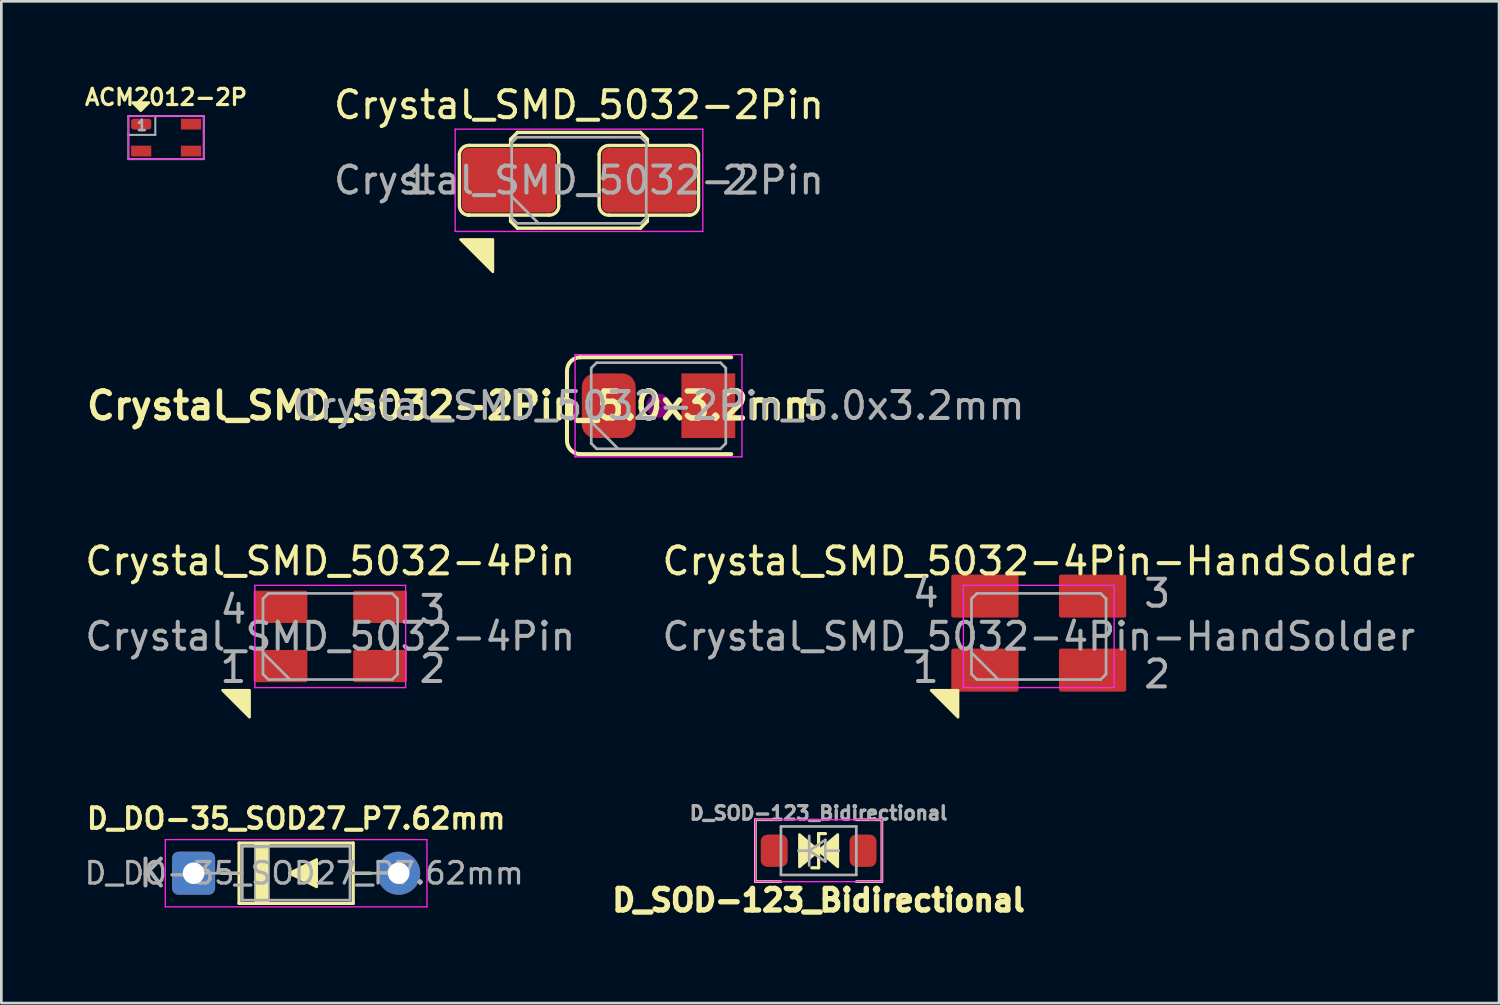
<source format=kicad_pcb>
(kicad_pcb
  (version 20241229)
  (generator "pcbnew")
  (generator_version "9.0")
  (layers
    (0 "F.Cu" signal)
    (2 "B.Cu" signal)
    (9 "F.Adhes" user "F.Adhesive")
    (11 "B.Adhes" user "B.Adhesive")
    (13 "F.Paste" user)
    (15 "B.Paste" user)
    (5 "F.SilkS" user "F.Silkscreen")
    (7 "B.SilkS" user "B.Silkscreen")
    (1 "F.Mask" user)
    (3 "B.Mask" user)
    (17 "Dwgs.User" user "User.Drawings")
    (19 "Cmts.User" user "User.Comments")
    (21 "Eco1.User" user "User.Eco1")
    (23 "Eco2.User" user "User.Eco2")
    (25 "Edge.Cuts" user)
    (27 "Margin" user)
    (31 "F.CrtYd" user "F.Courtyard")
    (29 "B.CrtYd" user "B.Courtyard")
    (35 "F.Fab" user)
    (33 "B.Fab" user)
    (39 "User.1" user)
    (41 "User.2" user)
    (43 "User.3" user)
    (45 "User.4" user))
  (footprint "ACM2012-2P"
    (layer "F.Cu")
    (at 3.12 2.062)
    (property "Reference" "ACM2012-2P" (at 0 -1.5 0) (layer "F.SilkS") (effects (font (size 0.6 0.6) (thickness 0.12))))
    (attr through_hole)
    (fp_poly (pts (xy -0.94 -1) (xy -1.24 -1.3) (xy -0.64 -1.3)) (stroke (width 0.1) (type solid)) (fill yes) (layer "F.SilkS"))
    (fp_line (start -1.4 -0.8) (end 1.4 -0.8) (stroke (width 0.05) (type solid)) (layer "F.CrtYd"))
    (fp_line (start -1.4 0.8) (end -1.4 -0.8) (stroke (width 0.05) (type solid)) (layer "F.CrtYd"))
    (fp_line (start 1.4 -0.8) (end 1.4 0.8) (stroke (width 0.05) (type solid)) (layer "F.CrtYd"))
    (fp_line (start 1.4 0.8) (end -1.4 0.8) (stroke (width 0.05) (type solid)) (layer "F.CrtYd"))
    (fp_line (start -1.4 -0.8) (end 1.4 -0.8) (stroke (width 0.076) (type solid)) (layer "F.Fab"))
    (fp_line (start -1.4 -0.1) (end -0.4 -0.1) (stroke (width 0.076) (type solid)) (layer "F.Fab"))
    (fp_line (start -1.4 0.8) (end -1.4 -0.8) (stroke (width 0.076) (type solid)) (layer "F.Fab"))
    (fp_line (start -0.4 -0.8) (end -0.4 -0.1) (stroke (width 0.076) (type solid)) (layer "F.Fab"))
    (fp_line (start 1.4 -0.8) (end 1.4 0.8) (stroke (width 0.076) (type solid)) (layer "F.Fab"))
    (fp_line (start 1.4 0.8) (end -1.4 0.8) (stroke (width 0.076) (type solid)) (layer "F.Fab"))
    (fp_text user "1" (at -0.9 -0.45 0) (layer "F.Fab") (effects (font (size 0.381 0.381) (thickness 0.095))))
    (pad "1" smd roundrect (at -0.925 -0.5) (size 0.75 0.4) (layers "F.Cu" "F.Mask" "F.Paste") (roundrect_rratio 0.25))
    (pad "2" smd rect (at -0.925 0.5) (size 0.75 0.4) (layers "F.Cu" "F.Mask" "F.Paste"))
    (pad "3" smd rect (at 0.925 0.5) (size 0.75 0.4) (layers "F.Cu" "F.Mask" "F.Paste"))
    (pad "4" smd rect (at 0.925 -0.5) (size 0.75 0.4) (layers "F.Cu" "F.Mask" "F.Paste")))
  (footprint "Crystal_SMD_5032-2Pin"
    (layer "F.Cu")
    (at 18.46 3.648)
    (property "Reference" "Crystal_SMD_5032-2Pin" (at 0 -2.8 0) (layer "F.SilkS") (effects (font (size 1 1) (thickness 0.15))))
    (attr smd)
    (fp_line (start -4.441 -0.969) (end -4.441 0.94) (stroke (width 0.127) (type solid)) (layer "F.SilkS"))
    (fp_line (start -4.124 1.292) (end -1.127 1.292) (stroke (width 0.127) (type solid)) (layer "F.SilkS"))
    (fp_line (start -4.064 -1.295) (end -1.067 -1.295) (stroke (width 0.127) (type solid)) (layer "F.SilkS"))
    (fp_line (start -2.54 -1.524) (end -2.286 -1.778) (stroke (width 0.127) (type solid)) (layer "F.SilkS"))
    (fp_line (start -2.54 -1.292) (end -2.54 -1.524) (stroke (width 0.127) (type solid)) (layer "F.SilkS"))
    (fp_line (start -2.54 1.292) (end -2.54 1.524) (stroke (width 0.127) (type solid)) (layer "F.SilkS"))
    (fp_line (start -2.54 1.524) (end -2.286 1.778) (stroke (width 0.127) (type solid)) (layer "F.SilkS"))
    (fp_line (start -2.286 -1.778) (end 2.286 -1.778) (stroke (width 0.127) (type solid)) (layer "F.SilkS"))
    (fp_line (start -2.286 1.778) (end 2.286 1.778) (stroke (width 0.127) (type solid)) (layer "F.SilkS"))
    (fp_line (start -0.753 -0.969) (end -0.753 0.94) (stroke (width 0.127) (type solid)) (layer "F.SilkS"))
    (fp_line (start 0.749 -0.965) (end 0.749 0.943) (stroke (width 0.127) (type solid)) (layer "F.SilkS"))
    (fp_line (start 1.127 -1.292) (end 4.124 -1.292) (stroke (width 0.127) (type solid)) (layer "F.SilkS"))
    (fp_line (start 1.13 1.295) (end 4.128 1.295) (stroke (width 0.127) (type solid)) (layer "F.SilkS"))
    (fp_line (start 2.286 -1.778) (end 2.54 -1.524) (stroke (width 0.127) (type solid)) (layer "F.SilkS"))
    (fp_line (start 2.286 1.778) (end 2.54 1.524) (stroke (width 0.127) (type solid)) (layer "F.SilkS"))
    (fp_line (start 2.54 -1.524) (end 2.54 -1.292) (stroke (width 0.127) (type solid)) (layer "F.SilkS"))
    (fp_line (start 2.54 1.524) (end 2.54 1.292) (stroke (width 0.127) (type solid)) (layer "F.SilkS"))
    (fp_line (start 4.441 -0.969) (end 4.441 0.94) (stroke (width 0.127) (type solid)) (layer "F.SilkS"))
    (fp_arc (start -4.44139 -0.96881) (mid -4.320334 -1.210265) (end -4.064 -1.2954) (stroke (width 0.127) (type solid)) (layer "F.SilkS"))
    (fp_arc (start -4.064 1.2954) (mid -4.320334 1.210265) (end -4.44139 0.96881) (stroke (width 0.127) (type solid)) (layer "F.SilkS"))
    (fp_arc (start -1.1303 -1.2954) (mid -0.873966 -1.210265) (end -0.75291 -0.96881) (stroke (width 0.127) (type solid)) (layer "F.SilkS"))
    (fp_arc (start -0.7493 0.9652) (mid -0.870356 1.206655) (end -1.12669 1.29179) (stroke (width 0.127) (type solid)) (layer "F.SilkS"))
    (fp_arc (start 0.7493 -0.9652) (mid 0.870356 -1.206655) (end 1.12669 -1.29179) (stroke (width 0.127) (type solid)) (layer "F.SilkS"))
    (fp_arc (start 1.1303 1.2954) (mid 0.873966 1.210265) (end 0.75291 0.96881) (stroke (width 0.127) (type solid)) (layer "F.SilkS"))
    (fp_arc (start 4.064 -1.2954) (mid 4.320334 -1.210265) (end 4.44139 -0.96881) (stroke (width 0.127) (type solid)) (layer "F.SilkS"))
    (fp_arc (start 4.44139 0.96881) (mid 4.320334 1.210265) (end 4.064 1.2954) (stroke (width 0.127) (type solid)) (layer "F.SilkS"))
    (fp_poly (pts (xy -4.4 2.2) (xy -3.2 2.2) (xy -3.2 3.4)) (stroke (width 0.1) (type solid)) (fill yes) (layer "F.SilkS"))
    (fp_line (start -4.6 -1.9) (end -4.6 1.9) (stroke (width 0.05) (type solid)) (layer "F.CrtYd"))
    (fp_line (start -4.6 1.9) (end 4.6 1.9) (stroke (width 0.05) (type solid)) (layer "F.CrtYd"))
    (fp_line (start 4.6 -1.9) (end -4.6 -1.9) (stroke (width 0.05) (type solid)) (layer "F.CrtYd"))
    (fp_line (start 4.6 1.9) (end 4.6 -1.9) (stroke (width 0.05) (type solid)) (layer "F.CrtYd"))
    (fp_line (start -2.5 -1.4) (end -2.3 -1.6) (stroke (width 0.1) (type solid)) (layer "F.Fab"))
    (fp_line (start -2.5 0.6) (end -1.5 1.6) (stroke (width 0.1) (type solid)) (layer "F.Fab"))
    (fp_line (start -2.5 1.4) (end -2.5 -1.4) (stroke (width 0.1) (type solid)) (layer "F.Fab"))
    (fp_line (start -2.3 -1.6) (end 2.3 -1.6) (stroke (width 0.1) (type solid)) (layer "F.Fab"))
    (fp_line (start -2.3 1.6) (end -2.5 1.4) (stroke (width 0.1) (type solid)) (layer "F.Fab"))
    (fp_line (start 2.3 -1.6) (end 2.5 -1.4) (stroke (width 0.1) (type solid)) (layer "F.Fab"))
    (fp_line (start 2.3 1.6) (end -2.3 1.6) (stroke (width 0.1) (type solid)) (layer "F.Fab"))
    (fp_line (start 2.5 -1.4) (end 2.5 1.4) (stroke (width 0.1) (type solid)) (layer "F.Fab"))
    (fp_line (start 2.5 1.4) (end 2.3 1.6) (stroke (width 0.1) (type solid)) (layer "F.Fab"))
    (fp_text user "2" (at 5.8 0 0) (layer "F.Fab") (effects (font (size 1 1) (thickness 0.15))))
    (fp_text user "${REFERENCE}" (at 0 0 0) (layer "F.Fab") (effects (font (size 1 1) (thickness 0.15))))
    (fp_text user "1" (at -6 0 0) (layer "F.Fab") (effects (font (size 1 1) (thickness 0.15))))
    (pad "1" smd roundrect (at -2.6 0) (size 3.5 2.4) (layers "F.Cu" "F.Mask" "F.Paste") (roundrect_rratio 0.1))
    (pad "2" smd roundrect (at 2.6 0) (size 3.5 2.4) (layers "F.Cu" "F.Mask" "F.Paste") (roundrect_rratio 0.1)))
  (footprint "D_SOD-123_Bidirectional"
    (layer "F.Cu")
    (at 27.363 28.555)
    (property "Reference" "D_SOD-123_Bidirectional" (at 0 1.842 180) (layer "F.SilkS") (effects (font (size 0.8 0.8) (thickness 0.2))))
    (attr smd)
    (fp_line (start -2.35 -1.15) (end -1.4 -1.15) (stroke (width 0.102) (type solid)) (layer "F.SilkS"))
    (fp_line (start -2.35 1.15) (end -2.35 -1.15) (stroke (width 0.102) (type solid)) (layer "F.SilkS"))
    (fp_line (start -2.35 1.15) (end -1.4 1.15) (stroke (width 0.102) (type solid)) (layer "F.SilkS"))
    (fp_line (start 0 -0.635) (end 0.254 -0.635) (stroke (width 0.12) (type solid)) (layer "F.SilkS"))
    (fp_line (start 0 0.635) (end -0.254 0.635) (stroke (width 0.12) (type solid)) (layer "F.SilkS"))
    (fp_line (start 0 0.635) (end 0 -0.635) (stroke (width 0.12) (type solid)) (layer "F.SilkS"))
    (fp_line (start 2.35 -1.15) (end 1.4 -1.15) (stroke (width 0.102) (type solid)) (layer "F.SilkS"))
    (fp_line (start 2.35 -1.15) (end 2.35 1.15) (stroke (width 0.102) (type solid)) (layer "F.SilkS"))
    (fp_line (start 2.35 1.15) (end 1.4 1.15) (stroke (width 0.102) (type solid)) (layer "F.SilkS"))
    (fp_poly (pts (xy 0 0) (xy -0.711 0.6) (xy -0.711 -0.6)) (stroke (width 0.1) (type solid)) (fill yes) (layer "F.SilkS"))
    (fp_poly (pts (xy 0 0) (xy 0.711 -0.6) (xy 0.711 0.6)) (stroke (width 0.1) (type solid)) (fill yes) (layer "F.SilkS"))
    (fp_line (start -2.35 -1.15) (end -2.35 1.15) (stroke (width 0.05) (type solid)) (layer "F.CrtYd"))
    (fp_line (start -2.35 -1.15) (end 2.35 -1.15) (stroke (width 0.05) (type solid)) (layer "F.CrtYd"))
    (fp_line (start 2.35 -1.15) (end 2.35 1.15) (stroke (width 0.05) (type solid)) (layer "F.CrtYd"))
    (fp_line (start 2.35 1.15) (end -2.35 1.15) (stroke (width 0.05) (type solid)) (layer "F.CrtYd"))
    (fp_line (start -1.4 -0.9) (end 1.4 -0.9) (stroke (width 0.1) (type solid)) (layer "F.Fab"))
    (fp_line (start -1.4 0.9) (end -1.4 -0.9) (stroke (width 0.1) (type solid)) (layer "F.Fab"))
    (fp_line (start -0.75 0) (end -0.35 0) (stroke (width 0.1) (type solid)) (layer "F.Fab"))
    (fp_line (start -0.35 0) (end -0.35 -0.55) (stroke (width 0.1) (type solid)) (layer "F.Fab"))
    (fp_line (start -0.35 0) (end -0.35 0.55) (stroke (width 0.1) (type solid)) (layer "F.Fab"))
    (fp_line (start -0.35 0) (end 0.25 -0.4) (stroke (width 0.1) (type solid)) (layer "F.Fab"))
    (fp_line (start 0.25 -0.4) (end 0.25 0.4) (stroke (width 0.1) (type solid)) (layer "F.Fab"))
    (fp_line (start 0.25 0) (end 0.75 0) (stroke (width 0.1) (type solid)) (layer "F.Fab"))
    (fp_line (start 0.25 0.4) (end -0.35 0) (stroke (width 0.1) (type solid)) (layer "F.Fab"))
    (fp_line (start 1.4 -0.9) (end 1.4 0.9) (stroke (width 0.1) (type solid)) (layer "F.Fab"))
    (fp_line (start 1.4 0.9) (end -1.4 0.9) (stroke (width 0.1) (type solid)) (layer "F.Fab"))
    (fp_text user "${REFERENCE}" (at 0 -1.397 0) (layer "F.Fab") (effects (font (size 0.5 0.5) (thickness 0.125))))
    (pad "1" smd roundrect (at -1.65 0) (size 1 1.2) (layers "F.Cu" "F.Mask" "F.Paste") (roundrect_rratio 0.25))
    (pad "2" smd roundrect (at 1.65 0) (size 1 1.2) (layers "F.Cu" "F.Mask" "F.Paste") (roundrect_rratio 0.25)))
  (footprint "Crystal_SMD_5032-4Pin-HandSolder"
    (layer "F.Cu")
    (at 35.542 20.596)
    (property "Reference" "Crystal_SMD_5032-4Pin-HandSolder" (at 0 -2.8 0) (layer "F.SilkS") (effects (font (size 1 1) (thickness 0.15))))
    (attr smd)
    (fp_poly (pts (xy -4 2) (xy -3 2) (xy -3 3)) (stroke (width 0.1) (type solid)) (fill yes) (layer "F.SilkS"))
    (fp_line (start -2.8 -1.9) (end -2.8 1.9) (stroke (width 0.05) (type solid)) (layer "F.CrtYd"))
    (fp_line (start -2.8 1.9) (end 2.8 1.9) (stroke (width 0.05) (type solid)) (layer "F.CrtYd"))
    (fp_line (start 2.8 -1.9) (end -2.8 -1.9) (stroke (width 0.05) (type solid)) (layer "F.CrtYd"))
    (fp_line (start 2.8 1.9) (end 2.8 -1.9) (stroke (width 0.05) (type solid)) (layer "F.CrtYd"))
    (fp_line (start -2.5 -1.4) (end -2.3 -1.6) (stroke (width 0.1) (type solid)) (layer "F.Fab"))
    (fp_line (start -2.5 0.6) (end -1.5 1.6) (stroke (width 0.1) (type solid)) (layer "F.Fab"))
    (fp_line (start -2.5 1.4) (end -2.5 -1.4) (stroke (width 0.1) (type solid)) (layer "F.Fab"))
    (fp_line (start -2.3 -1.6) (end 2.3 -1.6) (stroke (width 0.1) (type solid)) (layer "F.Fab"))
    (fp_line (start -2.3 1.6) (end -2.5 1.4) (stroke (width 0.1) (type solid)) (layer "F.Fab"))
    (fp_line (start 2.3 -1.6) (end 2.5 -1.4) (stroke (width 0.1) (type solid)) (layer "F.Fab"))
    (fp_line (start 2.3 1.6) (end -2.3 1.6) (stroke (width 0.1) (type solid)) (layer "F.Fab"))
    (fp_line (start 2.5 -1.4) (end 2.5 1.4) (stroke (width 0.1) (type solid)) (layer "F.Fab"))
    (fp_line (start 2.5 1.4) (end 2.3 1.6) (stroke (width 0.1) (type solid)) (layer "F.Fab"))
    (fp_text user "${REFERENCE}" (at 0 0 0) (layer "F.Fab") (effects (font (size 1 1) (thickness 0.15))))
    (fp_text user "4" (at -4.2 -1.6 0) (layer "F.Fab") (effects (font (size 1 1) (thickness 0.15))))
    (fp_text user "3" (at 4.4 -1.6 0) (layer "F.Fab") (effects (font (size 1 1) (thickness 0.15))))
    (fp_text user "1" (at -4.2 1.2 0) (layer "F.Fab") (effects (font (size 1 1) (thickness 0.15))))
    (fp_text user "2" (at 4.4 1.4 0) (layer "F.Fab") (effects (font (size 1 1) (thickness 0.15))))
    (pad "1" smd roundrect (at -2 1.25) (size 2.5 1.6) (layers "F.Cu" "F.Mask" "F.Paste") (roundrect_rratio 0.05))
    (pad "2" smd roundrect (at 2 1.25) (size 2.5 1.6) (layers "F.Cu" "F.Mask" "F.Paste") (roundrect_rratio 0.05))
    (pad "3" smd roundrect (at 2 -1.5) (size 2.5 1.6) (layers "F.Cu" "F.Mask" "F.Paste") (roundrect_rratio 0.05))
    (pad "4" smd roundrect (at -2 -1.5) (size 2.5 1.6) (layers "F.Cu" "F.Mask" "F.Paste") (roundrect_rratio 0.05)))
  (footprint "Crystal_SMD_5032-2Pin_5.0x3.2mm"
    (layer "F.Cu")
    (at 21.415 12.023)
    (property "Reference" "Crystal_SMD_5032-2Pin_5.0x3.2mm" (at -7.62 0 0) (layer "F.SilkS") (effects (font (size 1 1) (thickness 0.2))))
    (attr smd)
    (fp_line (start -3.4 -1.3) (end -3.4 1.3) (stroke (width 0.15) (type solid)) (layer "F.SilkS"))
    (fp_line (start -2.9 1.8) (end 2.7 1.8) (stroke (width 0.15) (type solid)) (layer "F.SilkS"))
    (fp_line (start 2.7 -1.8) (end -2.9 -1.8) (stroke (width 0.15) (type solid)) (layer "F.SilkS"))
    (fp_arc (start -3.4 -1.3) (mid -3.253553 -1.653553) (end -2.9 -1.8) (stroke (width 0.15) (type solid)) (layer "F.SilkS"))
    (fp_arc (start -2.9 1.8) (mid -3.253553 1.653553) (end -3.4 1.3) (stroke (width 0.15) (type solid)) (layer "F.SilkS"))
    (fp_circle (center 0 0) (end 0.093 0) (stroke (width 0.187) (type solid)) (fill no) (layer "F.Adhes"))
    (fp_circle (center 0 0) (end 0.213 0) (stroke (width 0.133) (type solid)) (fill no) (layer "F.Adhes"))
    (fp_circle (center 0 0) (end 0.333 0) (stroke (width 0.133) (type solid)) (fill no) (layer "F.Adhes"))
    (fp_circle (center 0 0) (end 0.4 0) (stroke (width 0.1) (type solid)) (fill no) (layer "F.Adhes"))
    (fp_line (start -3.1 -1.9) (end -3.1 1.9) (stroke (width 0.05) (type solid)) (layer "F.CrtYd"))
    (fp_line (start -3.1 1.9) (end 3.1 1.9) (stroke (width 0.05) (type solid)) (layer "F.CrtYd"))
    (fp_line (start 3.1 -1.9) (end -3.1 -1.9) (stroke (width 0.05) (type solid)) (layer "F.CrtYd"))
    (fp_line (start 3.1 1.9) (end 3.1 -1.9) (stroke (width 0.05) (type solid)) (layer "F.CrtYd"))
    (fp_line (start -2.5 -1.4) (end -2.3 -1.6) (stroke (width 0.1) (type solid)) (layer "F.Fab"))
    (fp_line (start -2.5 0.6) (end -1.5 1.6) (stroke (width 0.1) (type solid)) (layer "F.Fab"))
    (fp_line (start -2.5 1.4) (end -2.5 -1.4) (stroke (width 0.1) (type solid)) (layer "F.Fab"))
    (fp_line (start -2.3 -1.6) (end 2.3 -1.6) (stroke (width 0.1) (type solid)) (layer "F.Fab"))
    (fp_line (start -2.3 1.6) (end -2.5 1.4) (stroke (width 0.1) (type solid)) (layer "F.Fab"))
    (fp_line (start 2.3 -1.6) (end 2.5 -1.4) (stroke (width 0.1) (type solid)) (layer "F.Fab"))
    (fp_line (start 2.3 1.6) (end -2.3 1.6) (stroke (width 0.1) (type solid)) (layer "F.Fab"))
    (fp_line (start 2.5 -1.4) (end 2.5 1.4) (stroke (width 0.1) (type solid)) (layer "F.Fab"))
    (fp_line (start 2.5 1.4) (end 2.3 1.6) (stroke (width 0.1) (type solid)) (layer "F.Fab"))
    (fp_text user "${REFERENCE}" (at 0 0 0) (layer "F.Fab") (effects (font (size 1 1) (thickness 0.15))))
    (pad "1" smd roundrect (at -1.85 0) (size 2 2.4) (layers "F.Cu" "F.Mask" "F.Paste") (roundrect_rratio 0.25))
    (pad "2" smd rect (at 1.85 0) (size 2 2.4) (layers "F.Cu" "F.Mask" "F.Paste")))
  (footprint "Crystal_SMD_5032-4Pin"
    (layer "F.Cu")
    (at 9.22 20.596)
    (property "Reference" "Crystal_SMD_5032-4Pin" (at 0 -2.8 0) (layer "F.SilkS") (effects (font (size 1 1) (thickness 0.15))))
    (attr smd)
    (fp_poly (pts (xy -4 2) (xy -3 2) (xy -3 3)) (stroke (width 0.1) (type solid)) (fill yes) (layer "F.SilkS"))
    (fp_line (start -2.8 -1.9) (end -2.8 1.9) (stroke (width 0.05) (type solid)) (layer "F.CrtYd"))
    (fp_line (start -2.8 1.9) (end 2.8 1.9) (stroke (width 0.05) (type solid)) (layer "F.CrtYd"))
    (fp_line (start 2.8 -1.9) (end -2.8 -1.9) (stroke (width 0.05) (type solid)) (layer "F.CrtYd"))
    (fp_line (start 2.8 1.9) (end 2.8 -1.9) (stroke (width 0.05) (type solid)) (layer "F.CrtYd"))
    (fp_line (start -2.5 -1.4) (end -2.3 -1.6) (stroke (width 0.1) (type solid)) (layer "F.Fab"))
    (fp_line (start -2.5 0.6) (end -1.5 1.6) (stroke (width 0.1) (type solid)) (layer "F.Fab"))
    (fp_line (start -2.5 1.4) (end -2.5 -1.4) (stroke (width 0.1) (type solid)) (layer "F.Fab"))
    (fp_line (start -2.3 -1.6) (end 2.3 -1.6) (stroke (width 0.1) (type solid)) (layer "F.Fab"))
    (fp_line (start -2.3 1.6) (end -2.5 1.4) (stroke (width 0.1) (type solid)) (layer "F.Fab"))
    (fp_line (start 2.3 -1.6) (end 2.5 -1.4) (stroke (width 0.1) (type solid)) (layer "F.Fab"))
    (fp_line (start 2.3 1.6) (end -2.3 1.6) (stroke (width 0.1) (type solid)) (layer "F.Fab"))
    (fp_line (start 2.5 -1.4) (end 2.5 1.4) (stroke (width 0.1) (type solid)) (layer "F.Fab"))
    (fp_line (start 2.5 1.4) (end 2.3 1.6) (stroke (width 0.1) (type solid)) (layer "F.Fab"))
    (fp_text user "${REFERENCE}" (at 0 0 0) (layer "F.Fab") (effects (font (size 1 1) (thickness 0.15))))
    (fp_text user "3" (at 3.8 -1 0) (layer "F.Fab") (effects (font (size 1 1) (thickness 0.15))))
    (fp_text user "1" (at -3.6 1.2 0) (layer "F.Fab") (effects (font (size 1 1) (thickness 0.15))))
    (fp_text user "2" (at 3.8 1.2 0) (layer "F.Fab") (effects (font (size 1 1) (thickness 0.15))))
    (fp_text user "4" (at -3.6 -1 0) (layer "F.Fab") (effects (font (size 1 1) (thickness 0.15))))
    (pad "1" smd roundrect (at -1.85 1.1) (size 2 1.2) (layers "F.Cu" "F.Mask" "F.Paste") (roundrect_rratio 0.05))
    (pad "2" smd roundrect (at 1.85 1.1) (size 2 1.2) (layers "F.Cu" "F.Mask" "F.Paste") (roundrect_rratio 0.05))
    (pad "3" smd roundrect (at 1.85 -1.1) (size 2 1.2) (layers "F.Cu" "F.Mask" "F.Paste") (roundrect_rratio 0.05))
    (pad "4" smd roundrect (at -1.85 -1.1) (size 2 1.2) (layers "F.Cu" "F.Mask" "F.Paste") (roundrect_rratio 0.05)))
  (footprint "D_DO-35_SOD27_P7.62mm"
    (layer "F.Cu")
    (at 7.952 29.392)
    (property "Reference" "D_DO-35_SOD27_P7.62mm" (at 0 -2.032 0) (layer "F.SilkS") (effects (font (size 0.762 0.762) (thickness 0.152))))
    (attr through_hole)
    (fp_line (start -2.77 0) (end -2.12 0) (stroke (width 0.12) (type solid)) (layer "F.SilkS"))
    (fp_line (start -2.12 -1.12) (end -2.12 1.12) (stroke (width 0.12) (type solid)) (layer "F.SilkS"))
    (fp_line (start -2.12 1.12) (end 2.12 1.12) (stroke (width 0.12) (type solid)) (layer "F.SilkS"))
    (fp_line (start 2.12 -1.12) (end -2.12 -1.12) (stroke (width 0.12) (type solid)) (layer "F.SilkS"))
    (fp_line (start 2.12 1.12) (end 2.12 -1.12) (stroke (width 0.12) (type solid)) (layer "F.SilkS"))
    (fp_line (start 2.77 0) (end 2.12 0) (stroke (width 0.12) (type solid)) (layer "F.SilkS"))
    (fp_poly (pts (xy -0.254 0) (xy 0.762 -0.508) (xy 0.762 0.508)) (stroke (width 0.1) (type solid)) (fill yes) (layer "F.SilkS"))
    (fp_poly (pts (xy -1.524 -1.143) (xy -1.524 1.143) (xy -1.016 1.143) (xy -1.016 -1.143)) (stroke (width 0.051) (type solid)) (fill yes) (layer "F.SilkS"))
    (fp_line (start -4.86 -1.25) (end -4.86 1.25) (stroke (width 0.05) (type solid)) (layer "F.CrtYd"))
    (fp_line (start -4.86 1.25) (end 4.86 1.25) (stroke (width 0.05) (type solid)) (layer "F.CrtYd"))
    (fp_line (start 4.86 -1.25) (end -4.86 -1.25) (stroke (width 0.05) (type solid)) (layer "F.CrtYd"))
    (fp_line (start 4.86 1.25) (end 4.86 -1.25) (stroke (width 0.05) (type solid)) (layer "F.CrtYd"))
    (fp_line (start -3.81 0) (end -2 0) (stroke (width 0.1) (type solid)) (layer "F.Fab"))
    (fp_line (start -2 -1) (end -2 1) (stroke (width 0.1) (type solid)) (layer "F.Fab"))
    (fp_line (start -2 1) (end 2 1) (stroke (width 0.1) (type solid)) (layer "F.Fab"))
    (fp_line (start 2 -1) (end -2 -1) (stroke (width 0.1) (type solid)) (layer "F.Fab"))
    (fp_line (start 2 1) (end 2 -1) (stroke (width 0.1) (type solid)) (layer "F.Fab"))
    (fp_line (start 3.81 0) (end 2 0) (stroke (width 0.1) (type solid)) (layer "F.Fab"))
    (fp_poly (pts (xy -1.524 1.016) (xy -1.016 1.016) (xy -1.016 -0.953) (xy -1.524 -0.953)) (stroke (width 0.051) (type solid)) (fill no) (layer "F.Fab"))
    (fp_text user "${REFERENCE}" (at 0.3 0 0) (layer "F.Fab") (effects (font (size 0.8 0.8) (thickness 0.12))))
    (fp_text user "K" (at -5.334 0 0) (layer "F.Fab") (effects (font (size 1 1) (thickness 0.15))))
    (pad "1" thru_hole roundrect (at -3.81 0) (size 1.6 1.6) (drill 0.8) (layers "*.Cu" "*.Mask") (roundrect_rratio 0.15))
    (pad "2" thru_hole oval (at 3.81 0) (size 1.6 1.6) (drill 0.8) (layers "*.Cu" "*.Mask")))
  (gr_rect
    (start -3 -3)
    (end 52.643 34.216)
    (stroke (width 0.1) (type default))
    (fill no)
    (layer "Edge.Cuts")))
</source>
